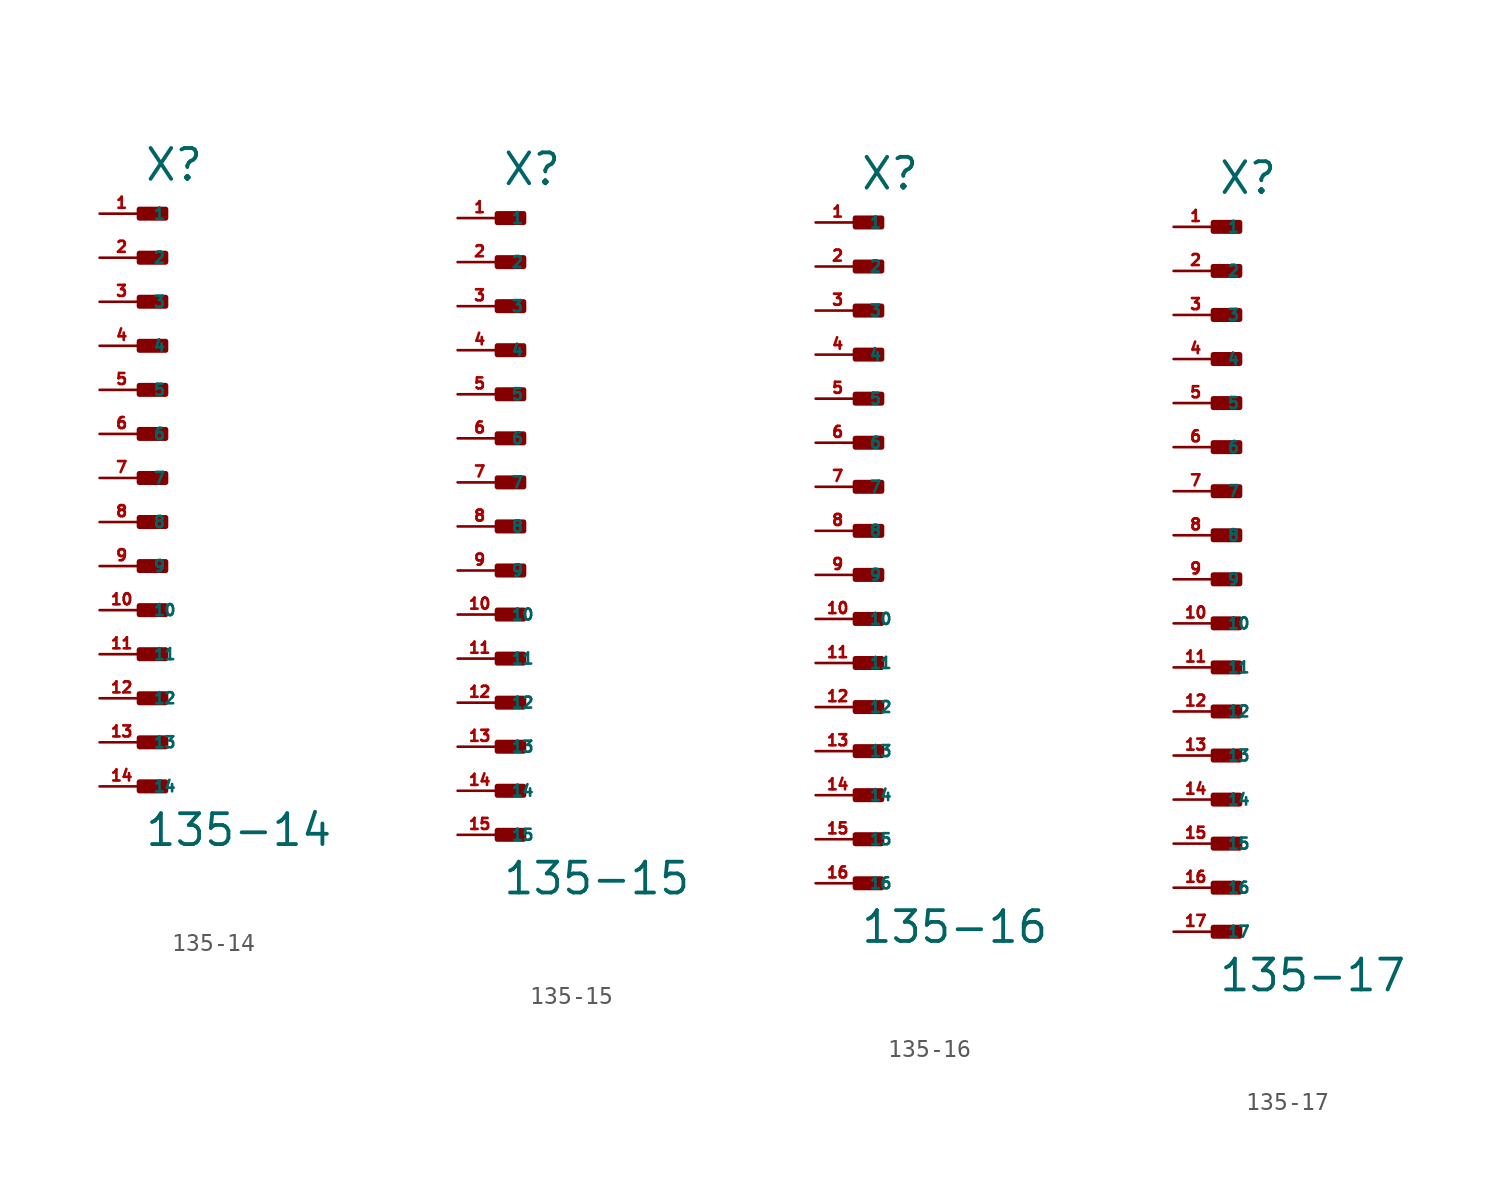
<source format=kicad_sym>
(kicad_symbol_lib
  (version 20220914)
  (generator Eagle2Kicad)
  (symbol "135-14"
    (property "Reference" "X"
      (at 0 17.018 0)
      (effects (font (size 1.778 1.778) (thickness 0.22)) (justify left bottom)))
    (property "Value" "135-14"
      (at 0 -21.336 0)
      (effects (font (size 1.778 1.778) (thickness 0.22)) (justify left bottom)))
    (rectangle
      (start -0.254 14.986)
      (end 1.27 15.494)
      (stroke (width 0.3) (type default))
      (fill (type outline)))
    (rectangle
      (start -0.254 12.446)
      (end 1.27 12.954)
      (stroke (width 0.3) (type default))
      (fill (type outline)))
    (rectangle
      (start -0.254 9.906)
      (end 1.27 10.414)
      (stroke (width 0.3) (type default))
      (fill (type outline)))
    (rectangle
      (start -0.254 7.366)
      (end 1.27 7.874)
      (stroke (width 0.3) (type default))
      (fill (type outline)))
    (rectangle
      (start -0.254 4.826)
      (end 1.27 5.334)
      (stroke (width 0.3) (type default))
      (fill (type outline)))
    (rectangle
      (start -0.254 2.286)
      (end 1.27 2.794)
      (stroke (width 0.3) (type default))
      (fill (type outline)))
    (rectangle
      (start -0.254 -0.254)
      (end 1.27 0.254)
      (stroke (width 0.3) (type default))
      (fill (type outline)))
    (rectangle
      (start -0.254 -2.794)
      (end 1.27 -2.286)
      (stroke (width 0.3) (type default))
      (fill (type outline)))
    (rectangle
      (start -0.254 -5.334)
      (end 1.27 -4.826)
      (stroke (width 0.3) (type default))
      (fill (type outline)))
    (rectangle
      (start -0.254 -7.874)
      (end 1.27 -7.366)
      (stroke (width 0.3) (type default))
      (fill (type outline)))
    (rectangle
      (start -0.254 -10.414)
      (end 1.27 -9.906)
      (stroke (width 0.3) (type default))
      (fill (type outline)))
    (rectangle
      (start -0.254 -12.954)
      (end 1.27 -12.446)
      (stroke (width 0.3) (type default))
      (fill (type outline)))
    (rectangle
      (start -0.254 -15.494)
      (end 1.27 -14.986)
      (stroke (width 0.3) (type default))
      (fill (type outline)))
    (rectangle
      (start -0.254 -18.034)
      (end 1.27 -17.526)
      (stroke (width 0.3) (type default))
      (fill (type outline)))
    (pin passive line
      (at -2.54 15.24 0)
      (length 2.54)
      (name "1" (effects (font (size 0.635 0.635) (thickness 0.08)) (justify left bottom)))
      (number "1" (effects (font (size 0.635 0.635) (thickness 0.08)) (justify left bottom))))
    (pin passive line
      (at -2.54 12.7 0)
      (length 2.54)
      (name "2" (effects (font (size 0.635 0.635) (thickness 0.08)) (justify left bottom)))
      (number "2" (effects (font (size 0.635 0.635) (thickness 0.08)) (justify left bottom))))
    (pin passive line
      (at -2.54 10.16 0)
      (length 2.54)
      (name "3" (effects (font (size 0.635 0.635) (thickness 0.08)) (justify left bottom)))
      (number "3" (effects (font (size 0.635 0.635) (thickness 0.08)) (justify left bottom))))
    (pin passive line
      (at -2.54 7.62 0)
      (length 2.54)
      (name "4" (effects (font (size 0.635 0.635) (thickness 0.08)) (justify left bottom)))
      (number "4" (effects (font (size 0.635 0.635) (thickness 0.08)) (justify left bottom))))
    (pin passive line
      (at -2.54 5.08 0)
      (length 2.54)
      (name "5" (effects (font (size 0.635 0.635) (thickness 0.08)) (justify left bottom)))
      (number "5" (effects (font (size 0.635 0.635) (thickness 0.08)) (justify left bottom))))
    (pin passive line
      (at -2.54 2.54 0)
      (length 2.54)
      (name "6" (effects (font (size 0.635 0.635) (thickness 0.08)) (justify left bottom)))
      (number "6" (effects (font (size 0.635 0.635) (thickness 0.08)) (justify left bottom))))
    (pin passive line
      (at -2.54 0 0)
      (length 2.54)
      (name "7" (effects (font (size 0.635 0.635) (thickness 0.08)) (justify left bottom)))
      (number "7" (effects (font (size 0.635 0.635) (thickness 0.08)) (justify left bottom))))
    (pin passive line
      (at -2.54 -2.54 0)
      (length 2.54)
      (name "8" (effects (font (size 0.635 0.635) (thickness 0.08)) (justify left bottom)))
      (number "8" (effects (font (size 0.635 0.635) (thickness 0.08)) (justify left bottom))))
    (pin passive line
      (at -2.54 -5.08 0)
      (length 2.54)
      (name "9" (effects (font (size 0.635 0.635) (thickness 0.08)) (justify left bottom)))
      (number "9" (effects (font (size 0.635 0.635) (thickness 0.08)) (justify left bottom))))
    (pin passive line
      (at -2.54 -7.62 0)
      (length 2.54)
      (name "10" (effects (font (size 0.635 0.635) (thickness 0.08)) (justify left bottom)))
      (number "10" (effects (font (size 0.635 0.635) (thickness 0.08)) (justify left bottom))))
    (pin passive line
      (at -2.54 -10.16 0)
      (length 2.54)
      (name "11" (effects (font (size 0.635 0.635) (thickness 0.08)) (justify left bottom)))
      (number "11" (effects (font (size 0.635 0.635) (thickness 0.08)) (justify left bottom))))
    (pin passive line
      (at -2.54 -12.7 0)
      (length 2.54)
      (name "12" (effects (font (size 0.635 0.635) (thickness 0.08)) (justify left bottom)))
      (number "12" (effects (font (size 0.635 0.635) (thickness 0.08)) (justify left bottom))))
    (pin passive line
      (at -2.54 -15.24 0)
      (length 2.54)
      (name "13" (effects (font (size 0.635 0.635) (thickness 0.08)) (justify left bottom)))
      (number "13" (effects (font (size 0.635 0.635) (thickness 0.08)) (justify left bottom))))
    (pin passive line
      (at -2.54 -17.78 0)
      (length 2.54)
      (name "14" (effects (font (size 0.635 0.635) (thickness 0.08)) (justify left bottom)))
      (number "14" (effects (font (size 0.635 0.635) (thickness 0.08)) (justify left bottom)))))
  (symbol "135-15"
    (property "Reference" "X"
      (at 0 19.558 0)
      (effects (font (size 1.778 1.778) (thickness 0.22)) (justify left bottom)))
    (property "Value" "135-15"
      (at 0 -21.336 0)
      (effects (font (size 1.778 1.778) (thickness 0.22)) (justify left bottom)))
    (rectangle
      (start -0.254 17.526)
      (end 1.27 18.034)
      (stroke (width 0.3) (type default))
      (fill (type outline)))
    (rectangle
      (start -0.254 14.986)
      (end 1.27 15.494)
      (stroke (width 0.3) (type default))
      (fill (type outline)))
    (rectangle
      (start -0.254 12.446)
      (end 1.27 12.954)
      (stroke (width 0.3) (type default))
      (fill (type outline)))
    (rectangle
      (start -0.254 9.906)
      (end 1.27 10.414)
      (stroke (width 0.3) (type default))
      (fill (type outline)))
    (rectangle
      (start -0.254 7.366)
      (end 1.27 7.874)
      (stroke (width 0.3) (type default))
      (fill (type outline)))
    (rectangle
      (start -0.254 4.826)
      (end 1.27 5.334)
      (stroke (width 0.3) (type default))
      (fill (type outline)))
    (rectangle
      (start -0.254 2.286)
      (end 1.27 2.794)
      (stroke (width 0.3) (type default))
      (fill (type outline)))
    (rectangle
      (start -0.254 -0.254)
      (end 1.27 0.254)
      (stroke (width 0.3) (type default))
      (fill (type outline)))
    (rectangle
      (start -0.254 -2.794)
      (end 1.27 -2.286)
      (stroke (width 0.3) (type default))
      (fill (type outline)))
    (rectangle
      (start -0.254 -5.334)
      (end 1.27 -4.826)
      (stroke (width 0.3) (type default))
      (fill (type outline)))
    (rectangle
      (start -0.254 -7.874)
      (end 1.27 -7.366)
      (stroke (width 0.3) (type default))
      (fill (type outline)))
    (rectangle
      (start -0.254 -10.414)
      (end 1.27 -9.906)
      (stroke (width 0.3) (type default))
      (fill (type outline)))
    (rectangle
      (start -0.254 -12.954)
      (end 1.27 -12.446)
      (stroke (width 0.3) (type default))
      (fill (type outline)))
    (rectangle
      (start -0.254 -15.494)
      (end 1.27 -14.986)
      (stroke (width 0.3) (type default))
      (fill (type outline)))
    (rectangle
      (start -0.254 -18.034)
      (end 1.27 -17.526)
      (stroke (width 0.3) (type default))
      (fill (type outline)))
    (pin passive line
      (at -2.54 17.78 0)
      (length 2.54)
      (name "1" (effects (font (size 0.635 0.635) (thickness 0.08)) (justify left bottom)))
      (number "1" (effects (font (size 0.635 0.635) (thickness 0.08)) (justify left bottom))))
    (pin passive line
      (at -2.54 15.24 0)
      (length 2.54)
      (name "2" (effects (font (size 0.635 0.635) (thickness 0.08)) (justify left bottom)))
      (number "2" (effects (font (size 0.635 0.635) (thickness 0.08)) (justify left bottom))))
    (pin passive line
      (at -2.54 12.7 0)
      (length 2.54)
      (name "3" (effects (font (size 0.635 0.635) (thickness 0.08)) (justify left bottom)))
      (number "3" (effects (font (size 0.635 0.635) (thickness 0.08)) (justify left bottom))))
    (pin passive line
      (at -2.54 10.16 0)
      (length 2.54)
      (name "4" (effects (font (size 0.635 0.635) (thickness 0.08)) (justify left bottom)))
      (number "4" (effects (font (size 0.635 0.635) (thickness 0.08)) (justify left bottom))))
    (pin passive line
      (at -2.54 7.62 0)
      (length 2.54)
      (name "5" (effects (font (size 0.635 0.635) (thickness 0.08)) (justify left bottom)))
      (number "5" (effects (font (size 0.635 0.635) (thickness 0.08)) (justify left bottom))))
    (pin passive line
      (at -2.54 5.08 0)
      (length 2.54)
      (name "6" (effects (font (size 0.635 0.635) (thickness 0.08)) (justify left bottom)))
      (number "6" (effects (font (size 0.635 0.635) (thickness 0.08)) (justify left bottom))))
    (pin passive line
      (at -2.54 2.54 0)
      (length 2.54)
      (name "7" (effects (font (size 0.635 0.635) (thickness 0.08)) (justify left bottom)))
      (number "7" (effects (font (size 0.635 0.635) (thickness 0.08)) (justify left bottom))))
    (pin passive line
      (at -2.54 0 0)
      (length 2.54)
      (name "8" (effects (font (size 0.635 0.635) (thickness 0.08)) (justify left bottom)))
      (number "8" (effects (font (size 0.635 0.635) (thickness 0.08)) (justify left bottom))))
    (pin passive line
      (at -2.54 -2.54 0)
      (length 2.54)
      (name "9" (effects (font (size 0.635 0.635) (thickness 0.08)) (justify left bottom)))
      (number "9" (effects (font (size 0.635 0.635) (thickness 0.08)) (justify left bottom))))
    (pin passive line
      (at -2.54 -5.08 0)
      (length 2.54)
      (name "10" (effects (font (size 0.635 0.635) (thickness 0.08)) (justify left bottom)))
      (number "10" (effects (font (size 0.635 0.635) (thickness 0.08)) (justify left bottom))))
    (pin passive line
      (at -2.54 -7.62 0)
      (length 2.54)
      (name "11" (effects (font (size 0.635 0.635) (thickness 0.08)) (justify left bottom)))
      (number "11" (effects (font (size 0.635 0.635) (thickness 0.08)) (justify left bottom))))
    (pin passive line
      (at -2.54 -10.16 0)
      (length 2.54)
      (name "12" (effects (font (size 0.635 0.635) (thickness 0.08)) (justify left bottom)))
      (number "12" (effects (font (size 0.635 0.635) (thickness 0.08)) (justify left bottom))))
    (pin passive line
      (at -2.54 -12.7 0)
      (length 2.54)
      (name "13" (effects (font (size 0.635 0.635) (thickness 0.08)) (justify left bottom)))
      (number "13" (effects (font (size 0.635 0.635) (thickness 0.08)) (justify left bottom))))
    (pin passive line
      (at -2.54 -15.24 0)
      (length 2.54)
      (name "14" (effects (font (size 0.635 0.635) (thickness 0.08)) (justify left bottom)))
      (number "14" (effects (font (size 0.635 0.635) (thickness 0.08)) (justify left bottom))))
    (pin passive line
      (at -2.54 -17.78 0)
      (length 2.54)
      (name "15" (effects (font (size 0.635 0.635) (thickness 0.08)) (justify left bottom)))
      (number "15" (effects (font (size 0.635 0.635) (thickness 0.08)) (justify left bottom)))))
  (symbol "135-16"
    (property "Reference" "X"
      (at 0 19.558 0)
      (effects (font (size 1.778 1.778) (thickness 0.22)) (justify left bottom)))
    (property "Value" "135-16"
      (at 0 -23.876 0)
      (effects (font (size 1.778 1.778) (thickness 0.22)) (justify left bottom)))
    (rectangle
      (start -0.254 17.526)
      (end 1.27 18.034)
      (stroke (width 0.3) (type default))
      (fill (type outline)))
    (rectangle
      (start -0.254 14.986)
      (end 1.27 15.494)
      (stroke (width 0.3) (type default))
      (fill (type outline)))
    (rectangle
      (start -0.254 12.446)
      (end 1.27 12.954)
      (stroke (width 0.3) (type default))
      (fill (type outline)))
    (rectangle
      (start -0.254 9.906)
      (end 1.27 10.414)
      (stroke (width 0.3) (type default))
      (fill (type outline)))
    (rectangle
      (start -0.254 7.366)
      (end 1.27 7.874)
      (stroke (width 0.3) (type default))
      (fill (type outline)))
    (rectangle
      (start -0.254 4.826)
      (end 1.27 5.334)
      (stroke (width 0.3) (type default))
      (fill (type outline)))
    (rectangle
      (start -0.254 2.286)
      (end 1.27 2.794)
      (stroke (width 0.3) (type default))
      (fill (type outline)))
    (rectangle
      (start -0.254 -0.254)
      (end 1.27 0.254)
      (stroke (width 0.3) (type default))
      (fill (type outline)))
    (rectangle
      (start -0.254 -2.794)
      (end 1.27 -2.286)
      (stroke (width 0.3) (type default))
      (fill (type outline)))
    (rectangle
      (start -0.254 -5.334)
      (end 1.27 -4.826)
      (stroke (width 0.3) (type default))
      (fill (type outline)))
    (rectangle
      (start -0.254 -7.874)
      (end 1.27 -7.366)
      (stroke (width 0.3) (type default))
      (fill (type outline)))
    (rectangle
      (start -0.254 -10.414)
      (end 1.27 -9.906)
      (stroke (width 0.3) (type default))
      (fill (type outline)))
    (rectangle
      (start -0.254 -12.954)
      (end 1.27 -12.446)
      (stroke (width 0.3) (type default))
      (fill (type outline)))
    (rectangle
      (start -0.254 -15.494)
      (end 1.27 -14.986)
      (stroke (width 0.3) (type default))
      (fill (type outline)))
    (rectangle
      (start -0.254 -18.034)
      (end 1.27 -17.526)
      (stroke (width 0.3) (type default))
      (fill (type outline)))
    (rectangle
      (start -0.254 -20.574)
      (end 1.27 -20.066)
      (stroke (width 0.3) (type default))
      (fill (type outline)))
    (pin passive line
      (at -2.54 17.78 0)
      (length 2.54)
      (name "1" (effects (font (size 0.635 0.635) (thickness 0.08)) (justify left bottom)))
      (number "1" (effects (font (size 0.635 0.635) (thickness 0.08)) (justify left bottom))))
    (pin passive line
      (at -2.54 15.24 0)
      (length 2.54)
      (name "2" (effects (font (size 0.635 0.635) (thickness 0.08)) (justify left bottom)))
      (number "2" (effects (font (size 0.635 0.635) (thickness 0.08)) (justify left bottom))))
    (pin passive line
      (at -2.54 12.7 0)
      (length 2.54)
      (name "3" (effects (font (size 0.635 0.635) (thickness 0.08)) (justify left bottom)))
      (number "3" (effects (font (size 0.635 0.635) (thickness 0.08)) (justify left bottom))))
    (pin passive line
      (at -2.54 10.16 0)
      (length 2.54)
      (name "4" (effects (font (size 0.635 0.635) (thickness 0.08)) (justify left bottom)))
      (number "4" (effects (font (size 0.635 0.635) (thickness 0.08)) (justify left bottom))))
    (pin passive line
      (at -2.54 7.62 0)
      (length 2.54)
      (name "5" (effects (font (size 0.635 0.635) (thickness 0.08)) (justify left bottom)))
      (number "5" (effects (font (size 0.635 0.635) (thickness 0.08)) (justify left bottom))))
    (pin passive line
      (at -2.54 5.08 0)
      (length 2.54)
      (name "6" (effects (font (size 0.635 0.635) (thickness 0.08)) (justify left bottom)))
      (number "6" (effects (font (size 0.635 0.635) (thickness 0.08)) (justify left bottom))))
    (pin passive line
      (at -2.54 2.54 0)
      (length 2.54)
      (name "7" (effects (font (size 0.635 0.635) (thickness 0.08)) (justify left bottom)))
      (number "7" (effects (font (size 0.635 0.635) (thickness 0.08)) (justify left bottom))))
    (pin passive line
      (at -2.54 0 0)
      (length 2.54)
      (name "8" (effects (font (size 0.635 0.635) (thickness 0.08)) (justify left bottom)))
      (number "8" (effects (font (size 0.635 0.635) (thickness 0.08)) (justify left bottom))))
    (pin passive line
      (at -2.54 -2.54 0)
      (length 2.54)
      (name "9" (effects (font (size 0.635 0.635) (thickness 0.08)) (justify left bottom)))
      (number "9" (effects (font (size 0.635 0.635) (thickness 0.08)) (justify left bottom))))
    (pin passive line
      (at -2.54 -5.08 0)
      (length 2.54)
      (name "10" (effects (font (size 0.635 0.635) (thickness 0.08)) (justify left bottom)))
      (number "10" (effects (font (size 0.635 0.635) (thickness 0.08)) (justify left bottom))))
    (pin passive line
      (at -2.54 -7.62 0)
      (length 2.54)
      (name "11" (effects (font (size 0.635 0.635) (thickness 0.08)) (justify left bottom)))
      (number "11" (effects (font (size 0.635 0.635) (thickness 0.08)) (justify left bottom))))
    (pin passive line
      (at -2.54 -10.16 0)
      (length 2.54)
      (name "12" (effects (font (size 0.635 0.635) (thickness 0.08)) (justify left bottom)))
      (number "12" (effects (font (size 0.635 0.635) (thickness 0.08)) (justify left bottom))))
    (pin passive line
      (at -2.54 -12.7 0)
      (length 2.54)
      (name "13" (effects (font (size 0.635 0.635) (thickness 0.08)) (justify left bottom)))
      (number "13" (effects (font (size 0.635 0.635) (thickness 0.08)) (justify left bottom))))
    (pin passive line
      (at -2.54 -15.24 0)
      (length 2.54)
      (name "14" (effects (font (size 0.635 0.635) (thickness 0.08)) (justify left bottom)))
      (number "14" (effects (font (size 0.635 0.635) (thickness 0.08)) (justify left bottom))))
    (pin passive line
      (at -2.54 -17.78 0)
      (length 2.54)
      (name "15" (effects (font (size 0.635 0.635) (thickness 0.08)) (justify left bottom)))
      (number "15" (effects (font (size 0.635 0.635) (thickness 0.08)) (justify left bottom))))
    (pin passive line
      (at -2.54 -20.32 0)
      (length 2.54)
      (name "16" (effects (font (size 0.635 0.635) (thickness 0.08)) (justify left bottom)))
      (number "16" (effects (font (size 0.635 0.635) (thickness 0.08)) (justify left bottom)))))
  (symbol "135-17"
    (property "Reference" "X"
      (at 0 22.098 0)
      (effects (font (size 1.778 1.778) (thickness 0.22)) (justify left bottom)))
    (property "Value" "135-17"
      (at 0 -23.876 0)
      (effects (font (size 1.778 1.778) (thickness 0.22)) (justify left bottom)))
    (rectangle
      (start -0.254 20.066)
      (end 1.27 20.574)
      (stroke (width 0.3) (type default))
      (fill (type outline)))
    (rectangle
      (start -0.254 17.526)
      (end 1.27 18.034)
      (stroke (width 0.3) (type default))
      (fill (type outline)))
    (rectangle
      (start -0.254 14.986)
      (end 1.27 15.494)
      (stroke (width 0.3) (type default))
      (fill (type outline)))
    (rectangle
      (start -0.254 12.446)
      (end 1.27 12.954)
      (stroke (width 0.3) (type default))
      (fill (type outline)))
    (rectangle
      (start -0.254 9.906)
      (end 1.27 10.414)
      (stroke (width 0.3) (type default))
      (fill (type outline)))
    (rectangle
      (start -0.254 7.366)
      (end 1.27 7.874)
      (stroke (width 0.3) (type default))
      (fill (type outline)))
    (rectangle
      (start -0.254 4.826)
      (end 1.27 5.334)
      (stroke (width 0.3) (type default))
      (fill (type outline)))
    (rectangle
      (start -0.254 2.286)
      (end 1.27 2.794)
      (stroke (width 0.3) (type default))
      (fill (type outline)))
    (rectangle
      (start -0.254 -0.254)
      (end 1.27 0.254)
      (stroke (width 0.3) (type default))
      (fill (type outline)))
    (rectangle
      (start -0.254 -2.794)
      (end 1.27 -2.286)
      (stroke (width 0.3) (type default))
      (fill (type outline)))
    (rectangle
      (start -0.254 -5.334)
      (end 1.27 -4.826)
      (stroke (width 0.3) (type default))
      (fill (type outline)))
    (rectangle
      (start -0.254 -7.874)
      (end 1.27 -7.366)
      (stroke (width 0.3) (type default))
      (fill (type outline)))
    (rectangle
      (start -0.254 -10.414)
      (end 1.27 -9.906)
      (stroke (width 0.3) (type default))
      (fill (type outline)))
    (rectangle
      (start -0.254 -12.954)
      (end 1.27 -12.446)
      (stroke (width 0.3) (type default))
      (fill (type outline)))
    (rectangle
      (start -0.254 -15.494)
      (end 1.27 -14.986)
      (stroke (width 0.3) (type default))
      (fill (type outline)))
    (rectangle
      (start -0.254 -18.034)
      (end 1.27 -17.526)
      (stroke (width 0.3) (type default))
      (fill (type outline)))
    (rectangle
      (start -0.254 -20.574)
      (end 1.27 -20.066)
      (stroke (width 0.3) (type default))
      (fill (type outline)))
    (pin passive line
      (at -2.54 20.32 0)
      (length 2.54)
      (name "1" (effects (font (size 0.635 0.635) (thickness 0.08)) (justify left bottom)))
      (number "1" (effects (font (size 0.635 0.635) (thickness 0.08)) (justify left bottom))))
    (pin passive line
      (at -2.54 17.78 0)
      (length 2.54)
      (name "2" (effects (font (size 0.635 0.635) (thickness 0.08)) (justify left bottom)))
      (number "2" (effects (font (size 0.635 0.635) (thickness 0.08)) (justify left bottom))))
    (pin passive line
      (at -2.54 15.24 0)
      (length 2.54)
      (name "3" (effects (font (size 0.635 0.635) (thickness 0.08)) (justify left bottom)))
      (number "3" (effects (font (size 0.635 0.635) (thickness 0.08)) (justify left bottom))))
    (pin passive line
      (at -2.54 12.7 0)
      (length 2.54)
      (name "4" (effects (font (size 0.635 0.635) (thickness 0.08)) (justify left bottom)))
      (number "4" (effects (font (size 0.635 0.635) (thickness 0.08)) (justify left bottom))))
    (pin passive line
      (at -2.54 10.16 0)
      (length 2.54)
      (name "5" (effects (font (size 0.635 0.635) (thickness 0.08)) (justify left bottom)))
      (number "5" (effects (font (size 0.635 0.635) (thickness 0.08)) (justify left bottom))))
    (pin passive line
      (at -2.54 7.62 0)
      (length 2.54)
      (name "6" (effects (font (size 0.635 0.635) (thickness 0.08)) (justify left bottom)))
      (number "6" (effects (font (size 0.635 0.635) (thickness 0.08)) (justify left bottom))))
    (pin passive line
      (at -2.54 5.08 0)
      (length 2.54)
      (name "7" (effects (font (size 0.635 0.635) (thickness 0.08)) (justify left bottom)))
      (number "7" (effects (font (size 0.635 0.635) (thickness 0.08)) (justify left bottom))))
    (pin passive line
      (at -2.54 2.54 0)
      (length 2.54)
      (name "8" (effects (font (size 0.635 0.635) (thickness 0.08)) (justify left bottom)))
      (number "8" (effects (font (size 0.635 0.635) (thickness 0.08)) (justify left bottom))))
    (pin passive line
      (at -2.54 0 0)
      (length 2.54)
      (name "9" (effects (font (size 0.635 0.635) (thickness 0.08)) (justify left bottom)))
      (number "9" (effects (font (size 0.635 0.635) (thickness 0.08)) (justify left bottom))))
    (pin passive line
      (at -2.54 -2.54 0)
      (length 2.54)
      (name "10" (effects (font (size 0.635 0.635) (thickness 0.08)) (justify left bottom)))
      (number "10" (effects (font (size 0.635 0.635) (thickness 0.08)) (justify left bottom))))
    (pin passive line
      (at -2.54 -5.08 0)
      (length 2.54)
      (name "11" (effects (font (size 0.635 0.635) (thickness 0.08)) (justify left bottom)))
      (number "11" (effects (font (size 0.635 0.635) (thickness 0.08)) (justify left bottom))))
    (pin passive line
      (at -2.54 -7.62 0)
      (length 2.54)
      (name "12" (effects (font (size 0.635 0.635) (thickness 0.08)) (justify left bottom)))
      (number "12" (effects (font (size 0.635 0.635) (thickness 0.08)) (justify left bottom))))
    (pin passive line
      (at -2.54 -10.16 0)
      (length 2.54)
      (name "13" (effects (font (size 0.635 0.635) (thickness 0.08)) (justify left bottom)))
      (number "13" (effects (font (size 0.635 0.635) (thickness 0.08)) (justify left bottom))))
    (pin passive line
      (at -2.54 -12.7 0)
      (length 2.54)
      (name "14" (effects (font (size 0.635 0.635) (thickness 0.08)) (justify left bottom)))
      (number "14" (effects (font (size 0.635 0.635) (thickness 0.08)) (justify left bottom))))
    (pin passive line
      (at -2.54 -15.24 0)
      (length 2.54)
      (name "15" (effects (font (size 0.635 0.635) (thickness 0.08)) (justify left bottom)))
      (number "15" (effects (font (size 0.635 0.635) (thickness 0.08)) (justify left bottom))))
    (pin passive line
      (at -2.54 -17.78 0)
      (length 2.54)
      (name "16" (effects (font (size 0.635 0.635) (thickness 0.08)) (justify left bottom)))
      (number "16" (effects (font (size 0.635 0.635) (thickness 0.08)) (justify left bottom))))
    (pin passive line
      (at -2.54 -20.32 0)
      (length 2.54)
      (name "17" (effects (font (size 0.635 0.635) (thickness 0.08)) (justify left bottom)))
      (number "17" (effects (font (size 0.635 0.635) (thickness 0.08)) (justify left bottom))))))
</source>
